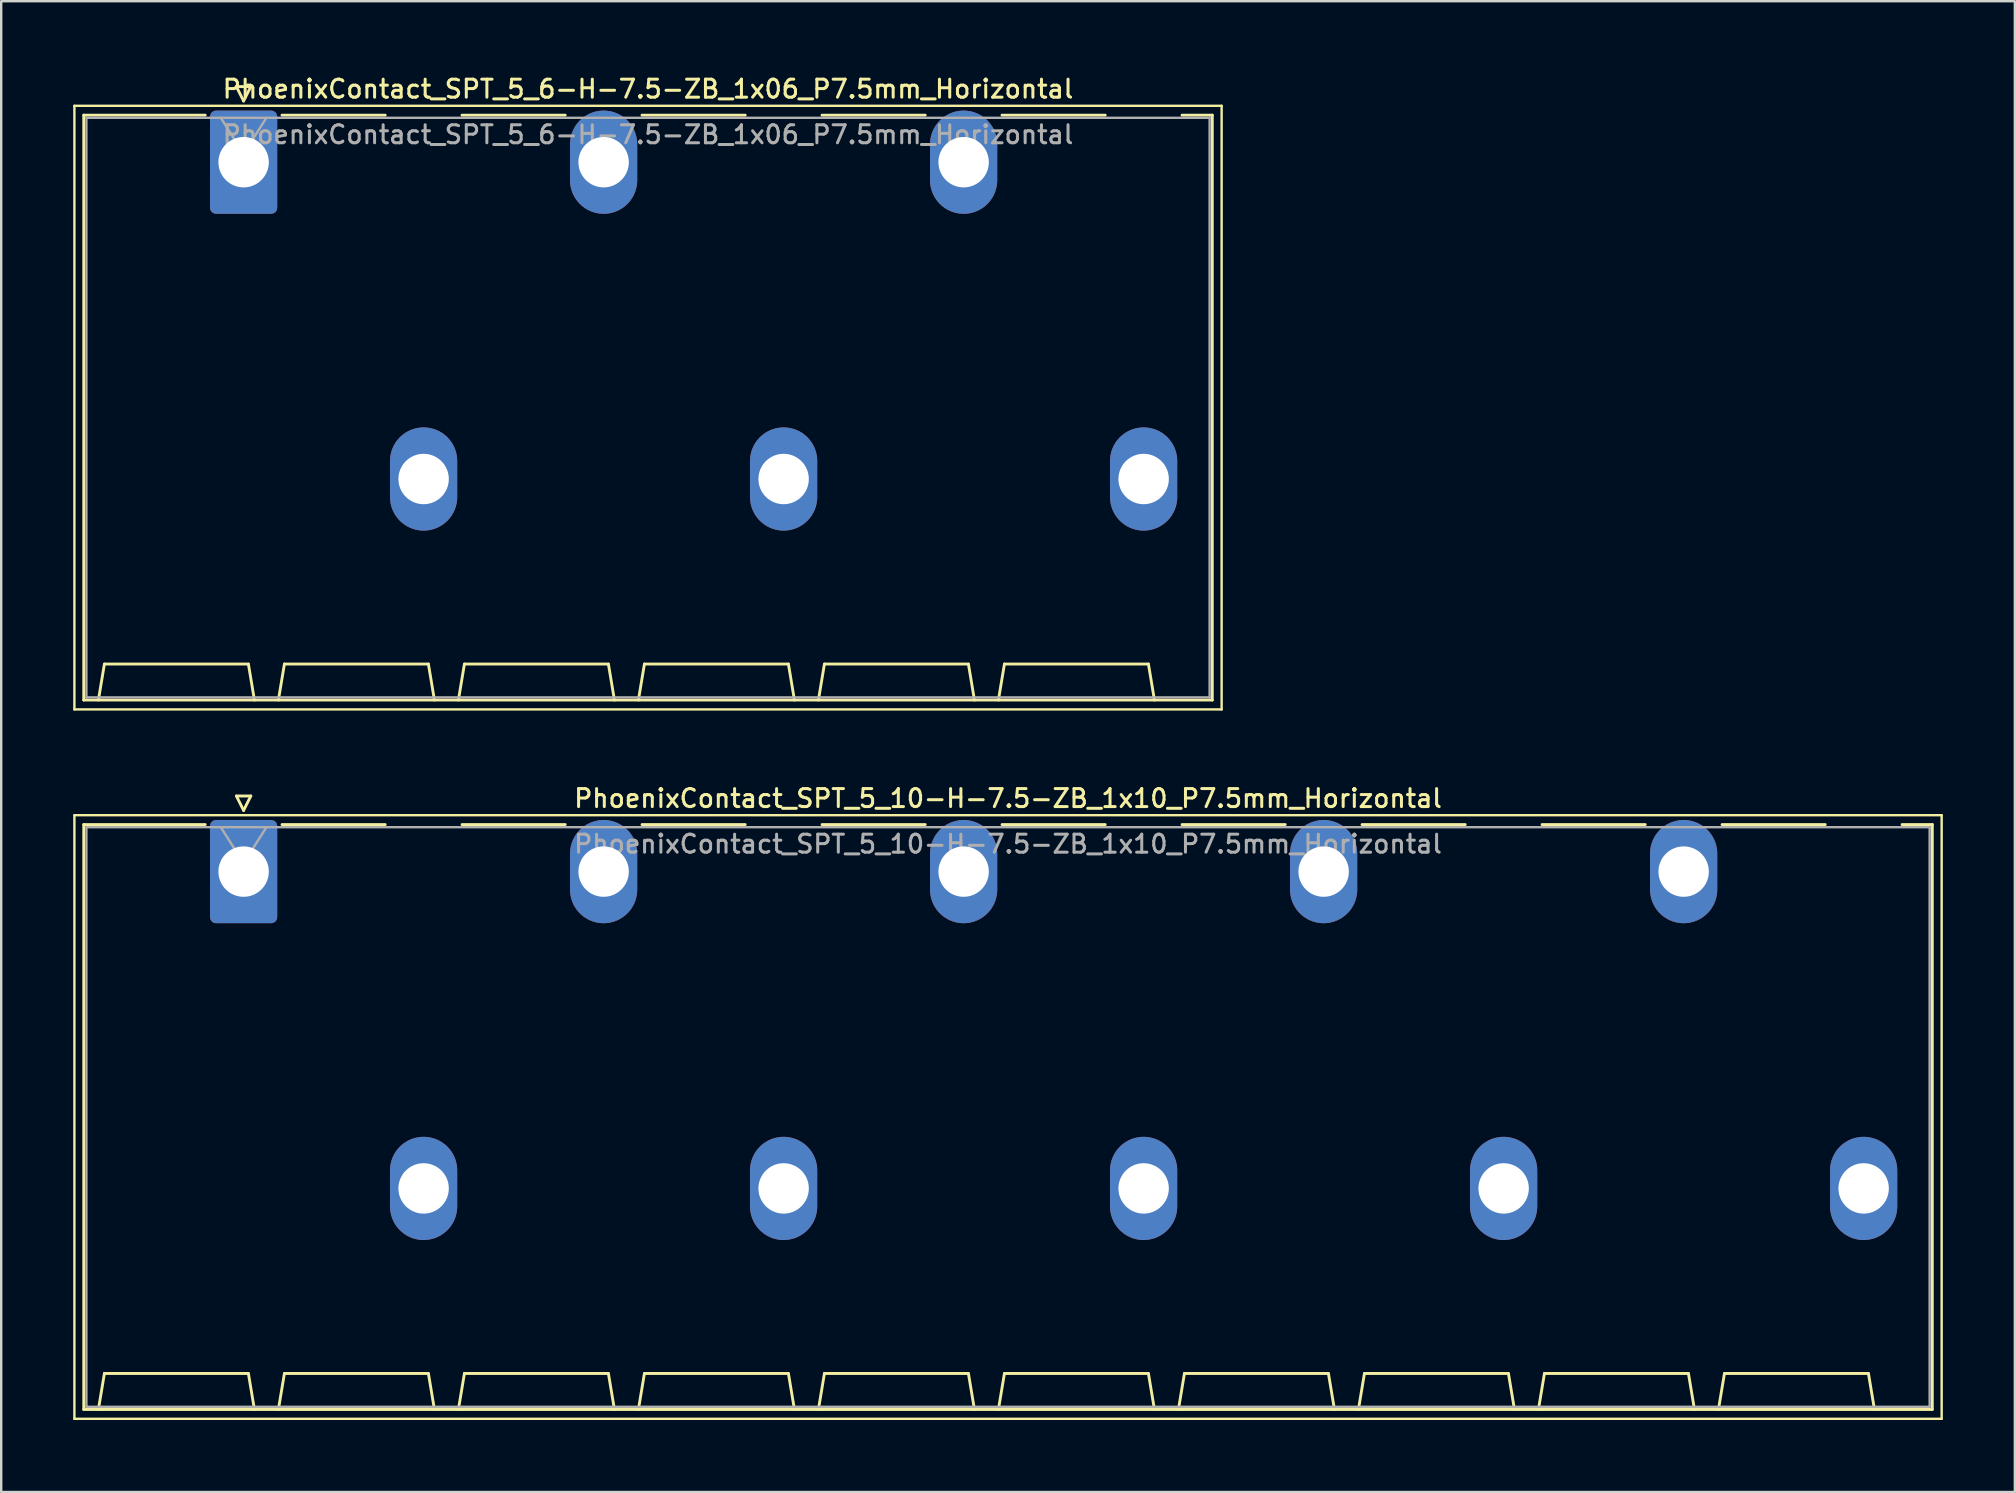
<source format=kicad_pcb>
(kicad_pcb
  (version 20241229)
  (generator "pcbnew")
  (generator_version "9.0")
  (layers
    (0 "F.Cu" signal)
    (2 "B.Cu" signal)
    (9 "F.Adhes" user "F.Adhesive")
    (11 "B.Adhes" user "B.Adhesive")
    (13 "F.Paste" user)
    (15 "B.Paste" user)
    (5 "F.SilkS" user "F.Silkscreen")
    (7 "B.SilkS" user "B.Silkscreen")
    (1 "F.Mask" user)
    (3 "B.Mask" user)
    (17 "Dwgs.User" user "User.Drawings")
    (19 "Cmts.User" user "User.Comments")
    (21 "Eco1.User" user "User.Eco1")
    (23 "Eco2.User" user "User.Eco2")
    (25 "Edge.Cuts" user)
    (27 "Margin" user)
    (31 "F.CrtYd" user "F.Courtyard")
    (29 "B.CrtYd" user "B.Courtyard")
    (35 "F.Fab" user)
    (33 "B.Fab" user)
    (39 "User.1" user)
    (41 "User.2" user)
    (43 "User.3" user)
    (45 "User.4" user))
  (footprint "PhoenixContact_SPT_5_10-H-7.5-ZB_1x10_P7.5mm_Horizontal"
    (layer "F.Cu")
    (at 7.1 33.266)
    (property "Reference" "PhoenixContact_SPT_5_10-H-7.5-ZB_1x10_P7.5mm_Horizontal" (at 31.85 -3.05 0) (layer "F.SilkS") (effects (font (size 0.75 0.75) (thickness 0.125))))
    (attr through_hole)
    (fp_line (start -7.05 -2.35) (end -7.05 22.8) (stroke (width 0.1) (type solid)) (layer "F.SilkS"))
    (fp_line (start -7.05 22.8) (end 70.75 22.8) (stroke (width 0.1) (type solid)) (layer "F.SilkS"))
    (fp_line (start -6.66 -1.96) (end -1.6 -1.96) (stroke (width 0.12) (type solid)) (layer "F.SilkS"))
    (fp_line (start -6.66 22.41) (end -6.66 -1.96) (stroke (width 0.12) (type solid)) (layer "F.SilkS"))
    (fp_line (start -6.05 22.41) (end -5.8 20.91) (stroke (width 0.12) (type solid)) (layer "F.SilkS"))
    (fp_line (start -5.8 20.91) (end 0.2 20.91) (stroke (width 0.12) (type solid)) (layer "F.SilkS"))
    (fp_line (start -0.3 -3.15) (end 0 -2.55) (stroke (width 0.12) (type solid)) (layer "F.SilkS"))
    (fp_line (start -0.3 -3.15) (end 0.3 -3.15) (stroke (width 0.12) (type solid)) (layer "F.SilkS"))
    (fp_line (start 0.3 -3.15) (end 0 -2.55) (stroke (width 0.12) (type solid)) (layer "F.SilkS"))
    (fp_line (start 0.45 22.41) (end 0.2 20.91) (stroke (width 0.12) (type solid)) (layer "F.SilkS"))
    (fp_line (start 1.45 22.41) (end 1.7 20.91) (stroke (width 0.12) (type solid)) (layer "F.SilkS"))
    (fp_line (start 1.6 -1.96) (end 5.9 -1.96) (stroke (width 0.12) (type solid)) (layer "F.SilkS"))
    (fp_line (start 1.7 20.91) (end 7.7 20.91) (stroke (width 0.12) (type solid)) (layer "F.SilkS"))
    (fp_line (start 7.95 22.41) (end 7.7 20.91) (stroke (width 0.12) (type solid)) (layer "F.SilkS"))
    (fp_line (start 8.95 22.41) (end 9.2 20.91) (stroke (width 0.12) (type solid)) (layer "F.SilkS"))
    (fp_line (start 9.1 -1.96) (end 13.4 -1.96) (stroke (width 0.12) (type solid)) (layer "F.SilkS"))
    (fp_line (start 9.2 20.91) (end 15.2 20.91) (stroke (width 0.12) (type solid)) (layer "F.SilkS"))
    (fp_line (start 15.45 22.41) (end 15.2 20.91) (stroke (width 0.12) (type solid)) (layer "F.SilkS"))
    (fp_line (start 16.45 22.41) (end 16.7 20.91) (stroke (width 0.12) (type solid)) (layer "F.SilkS"))
    (fp_line (start 16.6 -1.96) (end 20.9 -1.96) (stroke (width 0.12) (type solid)) (layer "F.SilkS"))
    (fp_line (start 16.7 20.91) (end 22.7 20.91) (stroke (width 0.12) (type solid)) (layer "F.SilkS"))
    (fp_line (start 22.95 22.41) (end 22.7 20.91) (stroke (width 0.12) (type solid)) (layer "F.SilkS"))
    (fp_line (start 23.95 22.41) (end 24.2 20.91) (stroke (width 0.12) (type solid)) (layer "F.SilkS"))
    (fp_line (start 24.1 -1.96) (end 28.4 -1.96) (stroke (width 0.12) (type solid)) (layer "F.SilkS"))
    (fp_line (start 24.2 20.91) (end 30.2 20.91) (stroke (width 0.12) (type solid)) (layer "F.SilkS"))
    (fp_line (start 30.45 22.41) (end 30.2 20.91) (stroke (width 0.12) (type solid)) (layer "F.SilkS"))
    (fp_line (start 31.45 22.41) (end 31.7 20.91) (stroke (width 0.12) (type solid)) (layer "F.SilkS"))
    (fp_line (start 31.6 -1.96) (end 35.9 -1.96) (stroke (width 0.12) (type solid)) (layer "F.SilkS"))
    (fp_line (start 31.7 20.91) (end 37.7 20.91) (stroke (width 0.12) (type solid)) (layer "F.SilkS"))
    (fp_line (start 37.95 22.41) (end 37.7 20.91) (stroke (width 0.12) (type solid)) (layer "F.SilkS"))
    (fp_line (start 38.95 22.41) (end 39.2 20.91) (stroke (width 0.12) (type solid)) (layer "F.SilkS"))
    (fp_line (start 39.1 -1.96) (end 43.4 -1.96) (stroke (width 0.12) (type solid)) (layer "F.SilkS"))
    (fp_line (start 39.2 20.91) (end 45.2 20.91) (stroke (width 0.12) (type solid)) (layer "F.SilkS"))
    (fp_line (start 45.45 22.41) (end 45.2 20.91) (stroke (width 0.12) (type solid)) (layer "F.SilkS"))
    (fp_line (start 46.45 22.41) (end 46.7 20.91) (stroke (width 0.12) (type solid)) (layer "F.SilkS"))
    (fp_line (start 46.6 -1.96) (end 50.9 -1.96) (stroke (width 0.12) (type solid)) (layer "F.SilkS"))
    (fp_line (start 46.7 20.91) (end 52.7 20.91) (stroke (width 0.12) (type solid)) (layer "F.SilkS"))
    (fp_line (start 52.95 22.41) (end 52.7 20.91) (stroke (width 0.12) (type solid)) (layer "F.SilkS"))
    (fp_line (start 53.95 22.41) (end 54.2 20.91) (stroke (width 0.12) (type solid)) (layer "F.SilkS"))
    (fp_line (start 54.1 -1.96) (end 58.4 -1.96) (stroke (width 0.12) (type solid)) (layer "F.SilkS"))
    (fp_line (start 54.2 20.91) (end 60.2 20.91) (stroke (width 0.12) (type solid)) (layer "F.SilkS"))
    (fp_line (start 60.45 22.41) (end 60.2 20.91) (stroke (width 0.12) (type solid)) (layer "F.SilkS"))
    (fp_line (start 61.45 22.41) (end 61.7 20.91) (stroke (width 0.12) (type solid)) (layer "F.SilkS"))
    (fp_line (start 61.6 -1.96) (end 65.9 -1.96) (stroke (width 0.12) (type solid)) (layer "F.SilkS"))
    (fp_line (start 61.7 20.91) (end 67.7 20.91) (stroke (width 0.12) (type solid)) (layer "F.SilkS"))
    (fp_line (start 67.95 22.41) (end 67.7 20.91) (stroke (width 0.12) (type solid)) (layer "F.SilkS"))
    (fp_line (start 69.1 -1.96) (end 70.36 -1.96) (stroke (width 0.12) (type solid)) (layer "F.SilkS"))
    (fp_line (start 70.36 -1.96) (end 70.36 22.41) (stroke (width 0.12) (type solid)) (layer "F.SilkS"))
    (fp_line (start 70.36 22.41) (end -6.66 22.41) (stroke (width 0.12) (type solid)) (layer "F.SilkS"))
    (fp_line (start 70.75 -2.35) (end -7.05 -2.35) (stroke (width 0.1) (type solid)) (layer "F.SilkS"))
    (fp_line (start 70.75 22.8) (end 70.75 -2.35) (stroke (width 0.1) (type solid)) (layer "F.SilkS"))
    (fp_line (start -6.55 -1.85) (end -6.55 22.3) (stroke (width 0.1) (type solid)) (layer "F.Fab"))
    (fp_line (start -6.55 22.3) (end 70.25 22.3) (stroke (width 0.1) (type solid)) (layer "F.Fab"))
    (fp_line (start -0.95 -1.85) (end 0 -0.35) (stroke (width 0.1) (type solid)) (layer "F.Fab"))
    (fp_line (start 0.95 -1.85) (end 0 -0.35) (stroke (width 0.1) (type solid)) (layer "F.Fab"))
    (fp_line (start 70.25 -1.85) (end -6.55 -1.85) (stroke (width 0.1) (type solid)) (layer "F.Fab"))
    (fp_line (start 70.25 22.3) (end 70.25 -1.85) (stroke (width 0.1) (type solid)) (layer "F.Fab"))
    (fp_text user "${REFERENCE}" (at 31.85 -1.15 0) (layer "F.Fab") (effects (font (size 0.75 0.75) (thickness 0.125))))
    (pad "1" thru_hole roundrect (at 0 0) (size 2.8 4.3) (drill 2.1) (layers "*.Cu" "*.Mask") (roundrect_rratio 0.089))
    (pad "2" thru_hole oval (at 7.5 13.2) (size 2.8 4.3) (drill 2.1) (layers "*.Cu" "*.Mask"))
    (pad "3" thru_hole oval (at 15 0) (size 2.8 4.3) (drill 2.1) (layers "*.Cu" "*.Mask"))
    (pad "4" thru_hole oval (at 22.5 13.2) (size 2.8 4.3) (drill 2.1) (layers "*.Cu" "*.Mask"))
    (pad "5" thru_hole oval (at 30 0) (size 2.8 4.3) (drill 2.1) (layers "*.Cu" "*.Mask"))
    (pad "6" thru_hole oval (at 37.5 13.2) (size 2.8 4.3) (drill 2.1) (layers "*.Cu" "*.Mask"))
    (pad "7" thru_hole oval (at 45 0) (size 2.8 4.3) (drill 2.1) (layers "*.Cu" "*.Mask"))
    (pad "8" thru_hole oval (at 52.5 13.2) (size 2.8 4.3) (drill 2.1) (layers "*.Cu" "*.Mask"))
    (pad "9" thru_hole oval (at 60 0) (size 2.8 4.3) (drill 2.1) (layers "*.Cu" "*.Mask"))
    (pad "10" thru_hole oval (at 67.5 13.2) (size 2.8 4.3) (drill 2.1) (layers "*.Cu" "*.Mask")))
  (footprint "PhoenixContact_SPT_5_6-H-7.5-ZB_1x06_P7.5mm_Horizontal"
    (layer "F.Cu")
    (at 7.1 3.708)
    (property "Reference" "PhoenixContact_SPT_5_6-H-7.5-ZB_1x06_P7.5mm_Horizontal" (at 16.85 -3.05 0) (layer "F.SilkS") (effects (font (size 0.75 0.75) (thickness 0.125))))
    (attr through_hole)
    (fp_line (start -7.05 -2.35) (end -7.05 22.8) (stroke (width 0.1) (type solid)) (layer "F.SilkS"))
    (fp_line (start -7.05 22.8) (end 40.75 22.8) (stroke (width 0.1) (type solid)) (layer "F.SilkS"))
    (fp_line (start -6.66 -1.96) (end -1.6 -1.96) (stroke (width 0.12) (type solid)) (layer "F.SilkS"))
    (fp_line (start -6.66 22.41) (end -6.66 -1.96) (stroke (width 0.12) (type solid)) (layer "F.SilkS"))
    (fp_line (start -6.05 22.41) (end -5.8 20.91) (stroke (width 0.12) (type solid)) (layer "F.SilkS"))
    (fp_line (start -5.8 20.91) (end 0.2 20.91) (stroke (width 0.12) (type solid)) (layer "F.SilkS"))
    (fp_line (start -0.3 -3.15) (end 0 -2.55) (stroke (width 0.12) (type solid)) (layer "F.SilkS"))
    (fp_line (start -0.3 -3.15) (end 0.3 -3.15) (stroke (width 0.12) (type solid)) (layer "F.SilkS"))
    (fp_line (start 0.3 -3.15) (end 0 -2.55) (stroke (width 0.12) (type solid)) (layer "F.SilkS"))
    (fp_line (start 0.45 22.41) (end 0.2 20.91) (stroke (width 0.12) (type solid)) (layer "F.SilkS"))
    (fp_line (start 1.45 22.41) (end 1.7 20.91) (stroke (width 0.12) (type solid)) (layer "F.SilkS"))
    (fp_line (start 1.6 -1.96) (end 5.9 -1.96) (stroke (width 0.12) (type solid)) (layer "F.SilkS"))
    (fp_line (start 1.7 20.91) (end 7.7 20.91) (stroke (width 0.12) (type solid)) (layer "F.SilkS"))
    (fp_line (start 7.95 22.41) (end 7.7 20.91) (stroke (width 0.12) (type solid)) (layer "F.SilkS"))
    (fp_line (start 8.95 22.41) (end 9.2 20.91) (stroke (width 0.12) (type solid)) (layer "F.SilkS"))
    (fp_line (start 9.1 -1.96) (end 13.4 -1.96) (stroke (width 0.12) (type solid)) (layer "F.SilkS"))
    (fp_line (start 9.2 20.91) (end 15.2 20.91) (stroke (width 0.12) (type solid)) (layer "F.SilkS"))
    (fp_line (start 15.45 22.41) (end 15.2 20.91) (stroke (width 0.12) (type solid)) (layer "F.SilkS"))
    (fp_line (start 16.45 22.41) (end 16.7 20.91) (stroke (width 0.12) (type solid)) (layer "F.SilkS"))
    (fp_line (start 16.6 -1.96) (end 20.9 -1.96) (stroke (width 0.12) (type solid)) (layer "F.SilkS"))
    (fp_line (start 16.7 20.91) (end 22.7 20.91) (stroke (width 0.12) (type solid)) (layer "F.SilkS"))
    (fp_line (start 22.95 22.41) (end 22.7 20.91) (stroke (width 0.12) (type solid)) (layer "F.SilkS"))
    (fp_line (start 23.95 22.41) (end 24.2 20.91) (stroke (width 0.12) (type solid)) (layer "F.SilkS"))
    (fp_line (start 24.1 -1.96) (end 28.4 -1.96) (stroke (width 0.12) (type solid)) (layer "F.SilkS"))
    (fp_line (start 24.2 20.91) (end 30.2 20.91) (stroke (width 0.12) (type solid)) (layer "F.SilkS"))
    (fp_line (start 30.45 22.41) (end 30.2 20.91) (stroke (width 0.12) (type solid)) (layer "F.SilkS"))
    (fp_line (start 31.45 22.41) (end 31.7 20.91) (stroke (width 0.12) (type solid)) (layer "F.SilkS"))
    (fp_line (start 31.6 -1.96) (end 35.9 -1.96) (stroke (width 0.12) (type solid)) (layer "F.SilkS"))
    (fp_line (start 31.7 20.91) (end 37.7 20.91) (stroke (width 0.12) (type solid)) (layer "F.SilkS"))
    (fp_line (start 37.95 22.41) (end 37.7 20.91) (stroke (width 0.12) (type solid)) (layer "F.SilkS"))
    (fp_line (start 39.1 -1.96) (end 40.36 -1.96) (stroke (width 0.12) (type solid)) (layer "F.SilkS"))
    (fp_line (start 40.36 -1.96) (end 40.36 22.41) (stroke (width 0.12) (type solid)) (layer "F.SilkS"))
    (fp_line (start 40.36 22.41) (end -6.66 22.41) (stroke (width 0.12) (type solid)) (layer "F.SilkS"))
    (fp_line (start 40.75 -2.35) (end -7.05 -2.35) (stroke (width 0.1) (type solid)) (layer "F.SilkS"))
    (fp_line (start 40.75 22.8) (end 40.75 -2.35) (stroke (width 0.1) (type solid)) (layer "F.SilkS"))
    (fp_line (start -6.55 -1.85) (end -6.55 22.3) (stroke (width 0.1) (type solid)) (layer "F.Fab"))
    (fp_line (start -6.55 22.3) (end 40.25 22.3) (stroke (width 0.1) (type solid)) (layer "F.Fab"))
    (fp_line (start -0.95 -1.85) (end 0 -0.35) (stroke (width 0.1) (type solid)) (layer "F.Fab"))
    (fp_line (start 0.95 -1.85) (end 0 -0.35) (stroke (width 0.1) (type solid)) (layer "F.Fab"))
    (fp_line (start 40.25 -1.85) (end -6.55 -1.85) (stroke (width 0.1) (type solid)) (layer "F.Fab"))
    (fp_line (start 40.25 22.3) (end 40.25 -1.85) (stroke (width 0.1) (type solid)) (layer "F.Fab"))
    (fp_text user "${REFERENCE}" (at 16.85 -1.15 0) (layer "F.Fab") (effects (font (size 0.75 0.75) (thickness 0.125))))
    (pad "1" thru_hole roundrect (at 0 0) (size 2.8 4.3) (drill 2.1) (layers "*.Cu" "*.Mask") (roundrect_rratio 0.089))
    (pad "2" thru_hole oval (at 7.5 13.2) (size 2.8 4.3) (drill 2.1) (layers "*.Cu" "*.Mask"))
    (pad "3" thru_hole oval (at 15 0) (size 2.8 4.3) (drill 2.1) (layers "*.Cu" "*.Mask"))
    (pad "4" thru_hole oval (at 22.5 13.2) (size 2.8 4.3) (drill 2.1) (layers "*.Cu" "*.Mask"))
    (pad "5" thru_hole oval (at 30 0) (size 2.8 4.3) (drill 2.1) (layers "*.Cu" "*.Mask"))
    (pad "6" thru_hole oval (at 37.5 13.2) (size 2.8 4.3) (drill 2.1) (layers "*.Cu" "*.Mask")))
  (gr_rect
    (start -3 -3)
    (end 80.9 59.116)
    (stroke (width 0.1) (type default))
    (fill no)
    (layer "Edge.Cuts")))
</source>
